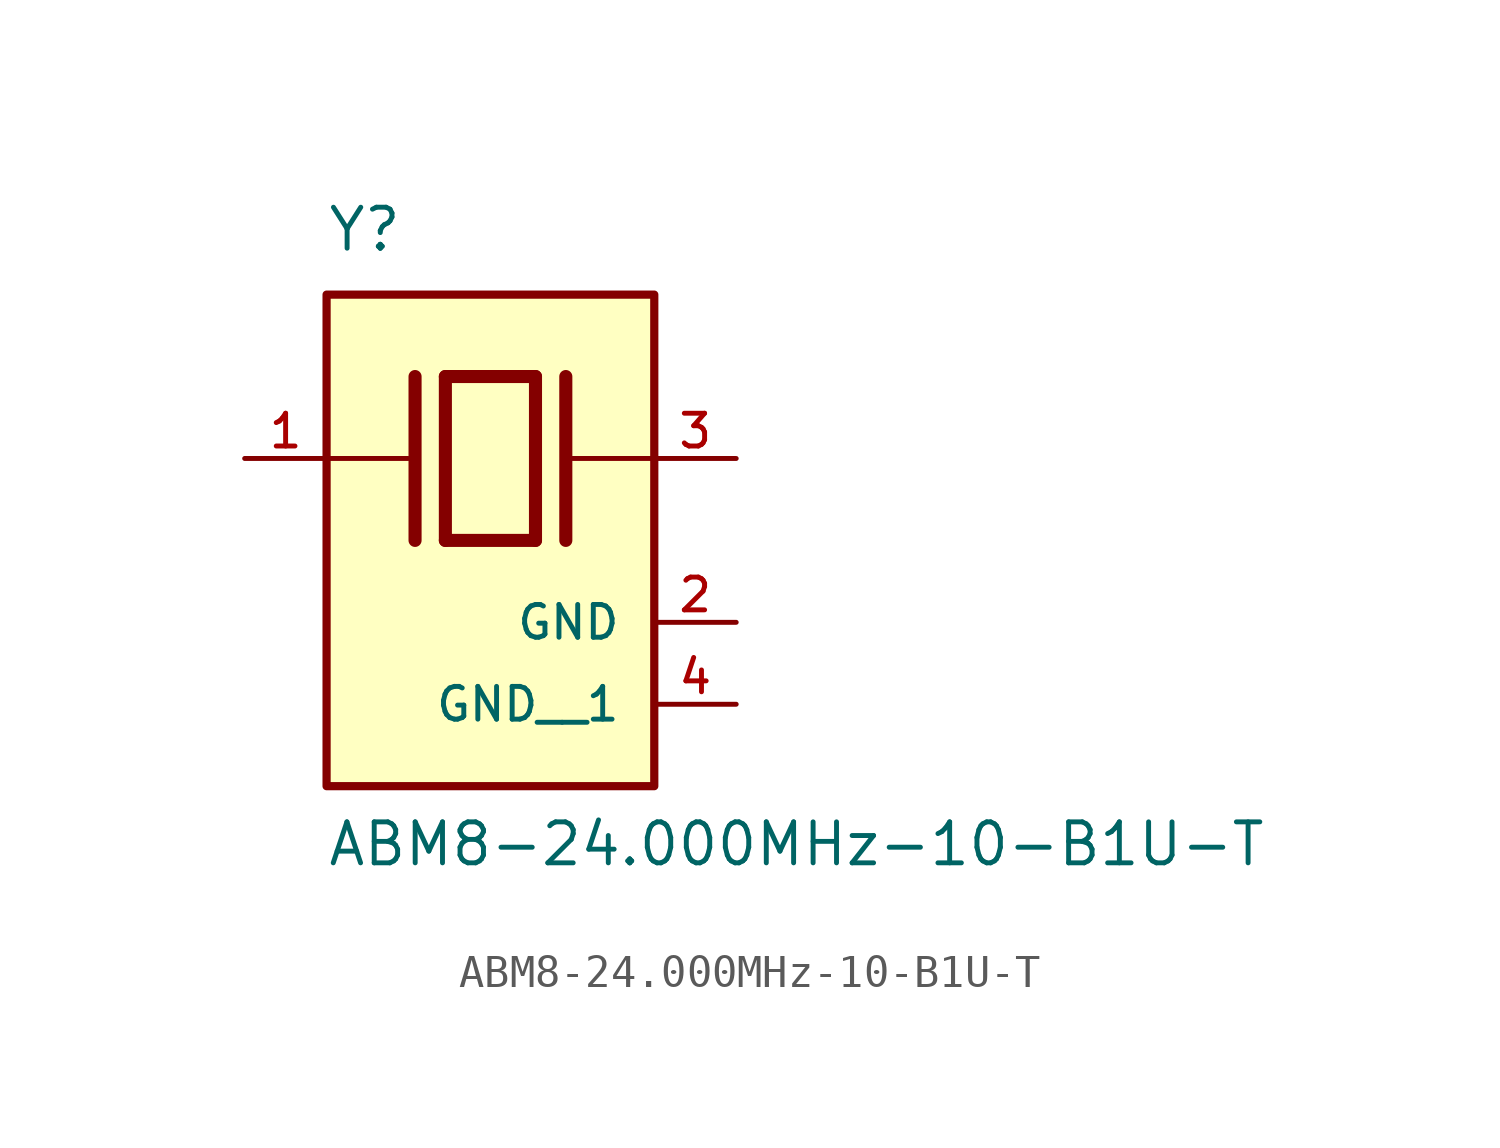
<source format=kicad_sym>
(kicad_symbol_lib
  (version 20211014)
  (generator kicad_symbol_editor)
  (symbol "ABM8-24.000MHz-10-B1U-T"
    (pin_names
      (offset 1.016))
    (property "Reference" "Y"
      (at -5.088 6.356 0)
      (effects (font (size 1.27 1.27)) (justify bottom left)))
    (property "Value" "ABM8-24.000MHz-10-B1U-T"
      (at -5.094 -12.7 0)
      (effects (font (size 1.27 1.27)) (justify bottom left)))
    (symbol "ABM8-24.000MHz-10-B1U-T_0_0"
      (polyline (pts (xy -1.397 2.54) (xy 1.397 2.54)) (stroke (width 0.406)))
      (polyline (pts (xy 1.397 2.54) (xy 1.397 -2.54)) (stroke (width 0.406)))
      (polyline (pts (xy 1.397 -2.54) (xy -1.397 -2.54)) (stroke (width 0.406)))
      (polyline (pts (xy -1.397 2.54) (xy -1.397 -2.54)) (stroke (width 0.406)))
      (polyline (pts (xy 2.337 2.54) (xy 2.337 -2.54)) (stroke (width 0.406)))
      (polyline (pts (xy -2.337 2.54) (xy -2.337 -2.54)) (stroke (width 0.406)))
      (polyline (pts (xy -5.08 0.0) (xy -2.54 0.0)) (stroke (width 0.152)))
      (polyline (pts (xy 2.54 0.0) (xy 5.08 0.0)) (stroke (width 0.152)))
      (rectangle (start -5.08 -10.16) (end 5.08 5.08) (stroke (width 0.254)) (fill (type background)))
      (pin passive line (at 7.62 0.0 180.0) (length 2.54) (name "~" (effects (font (size 1.016 1.016)))) (number "3" (effects (font (size 1.016 1.016)))))
      (pin passive line (at -7.62 0.0 0) (length 2.54) (name "~" (effects (font (size 1.016 1.016)))) (number "1" (effects (font (size 1.016 1.016)))))
      (pin power_in line (at 7.62 -5.08 180.0) (length 2.54) (name "GND" (effects (font (size 1.016 1.016)))) (number "2" (effects (font (size 1.016 1.016)))))
      (pin power_in line (at 7.62 -7.62 180.0) (length 2.54) (name "GND__1" (effects (font (size 1.016 1.016)))) (number "4" (effects (font (size 1.016 1.016))))))))
</source>
